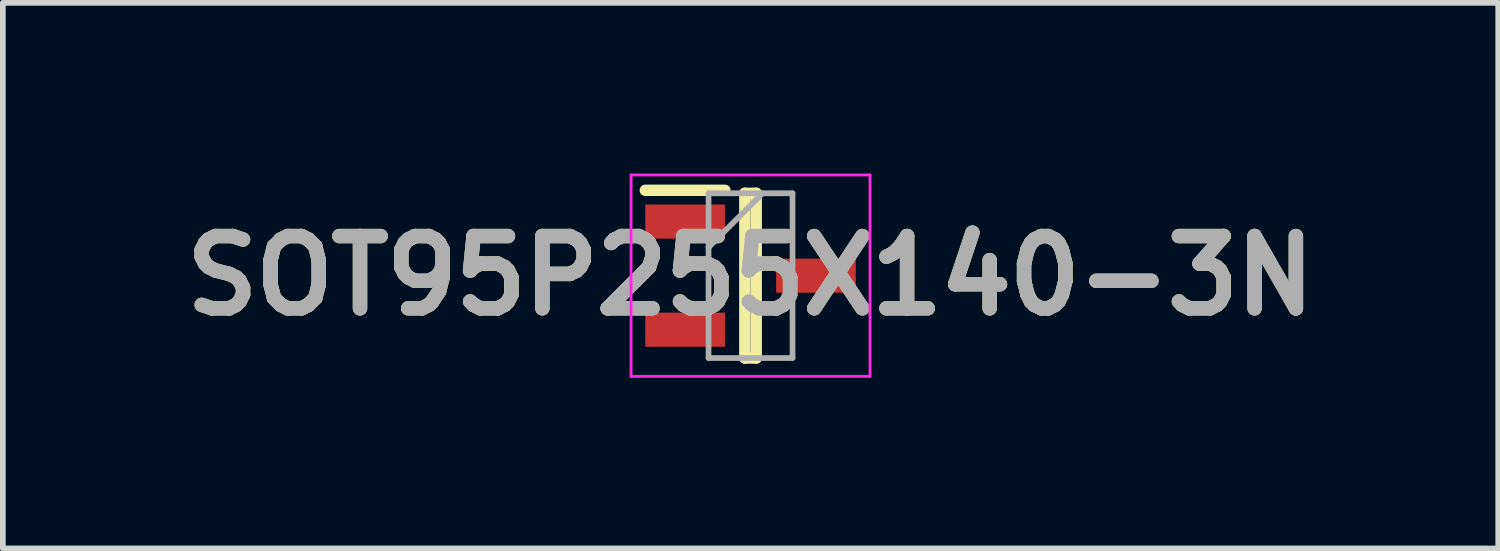
<source format=kicad_pcb>
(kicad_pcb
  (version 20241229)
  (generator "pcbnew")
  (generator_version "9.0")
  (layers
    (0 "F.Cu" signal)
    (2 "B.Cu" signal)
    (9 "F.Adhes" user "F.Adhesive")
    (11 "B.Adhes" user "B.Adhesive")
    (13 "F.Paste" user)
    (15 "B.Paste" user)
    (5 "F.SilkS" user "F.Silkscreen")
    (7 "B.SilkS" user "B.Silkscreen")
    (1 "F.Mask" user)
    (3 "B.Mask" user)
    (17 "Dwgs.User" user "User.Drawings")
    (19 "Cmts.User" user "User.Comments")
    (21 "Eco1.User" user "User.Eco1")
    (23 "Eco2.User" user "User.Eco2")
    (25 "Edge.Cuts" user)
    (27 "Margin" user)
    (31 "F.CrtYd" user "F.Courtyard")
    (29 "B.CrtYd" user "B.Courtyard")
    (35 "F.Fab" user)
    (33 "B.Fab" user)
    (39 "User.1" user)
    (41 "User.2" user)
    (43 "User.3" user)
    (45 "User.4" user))
  (footprint "SOT95P255X140-3N"
    (layer "F.Cu")
    (at 10.142 1.795)
    (property "Reference" "SOT95P255X140-3N" (at 0 0 0) (layer "F.SilkS") (effects (font (size 1.27 1.27) (thickness 0.254))))
    (attr smd)
    (fp_line (start -1.85 -1.5) (end -0.45 -1.5) (stroke (width 0.2) (type solid)) (layer "F.SilkS"))
    (fp_line (start -0.1 -1.448) (end 0.1 -1.448) (stroke (width 0.2) (type solid)) (layer "F.SilkS"))
    (fp_line (start -0.1 1.448) (end -0.1 -1.448) (stroke (width 0.2) (type solid)) (layer "F.SilkS"))
    (fp_line (start 0.1 -1.448) (end 0.1 1.448) (stroke (width 0.2) (type solid)) (layer "F.SilkS"))
    (fp_line (start 0.1 1.448) (end -0.1 1.448) (stroke (width 0.2) (type solid)) (layer "F.SilkS"))
    (fp_line (start -2.1 -1.77) (end 2.1 -1.77) (stroke (width 0.05) (type solid)) (layer "F.CrtYd"))
    (fp_line (start -2.1 1.77) (end -2.1 -1.77) (stroke (width 0.05) (type solid)) (layer "F.CrtYd"))
    (fp_line (start 2.1 -1.77) (end 2.1 1.77) (stroke (width 0.05) (type solid)) (layer "F.CrtYd"))
    (fp_line (start 2.1 1.77) (end -2.1 1.77) (stroke (width 0.05) (type solid)) (layer "F.CrtYd"))
    (fp_line (start -0.738 -1.448) (end 0.738 -1.448) (stroke (width 0.1) (type solid)) (layer "F.Fab"))
    (fp_line (start -0.738 -0.498) (end 0.212 -1.448) (stroke (width 0.1) (type solid)) (layer "F.Fab"))
    (fp_line (start -0.738 1.448) (end -0.738 -1.448) (stroke (width 0.1) (type solid)) (layer "F.Fab"))
    (fp_line (start 0.738 -1.448) (end 0.738 1.448) (stroke (width 0.1) (type solid)) (layer "F.Fab"))
    (fp_line (start 0.738 1.448) (end -0.738 1.448) (stroke (width 0.1) (type solid)) (layer "F.Fab"))
    (fp_text user "${REFERENCE}" (at 0 0 0) (layer "F.Fab") (effects (font (size 1.27 1.27) (thickness 0.254))))
    (pad "1" smd rect (at -1.15 -0.95 90) (size 0.6 1.4) (layers "F.Cu" "F.Mask" "F.Paste"))
    (pad "2" smd rect (at -1.15 0.95 90) (size 0.6 1.4) (layers "F.Cu" "F.Mask" "F.Paste"))
    (pad "3" smd rect (at 1.15 0 90) (size 0.6 1.4) (layers "F.Cu" "F.Mask" "F.Paste")))
  (gr_rect
    (start -3 -3)
    (end 23.284 6.59)
    (stroke (width 0.1) (type default))
    (fill no)
    (layer "Edge.Cuts")))
</source>
